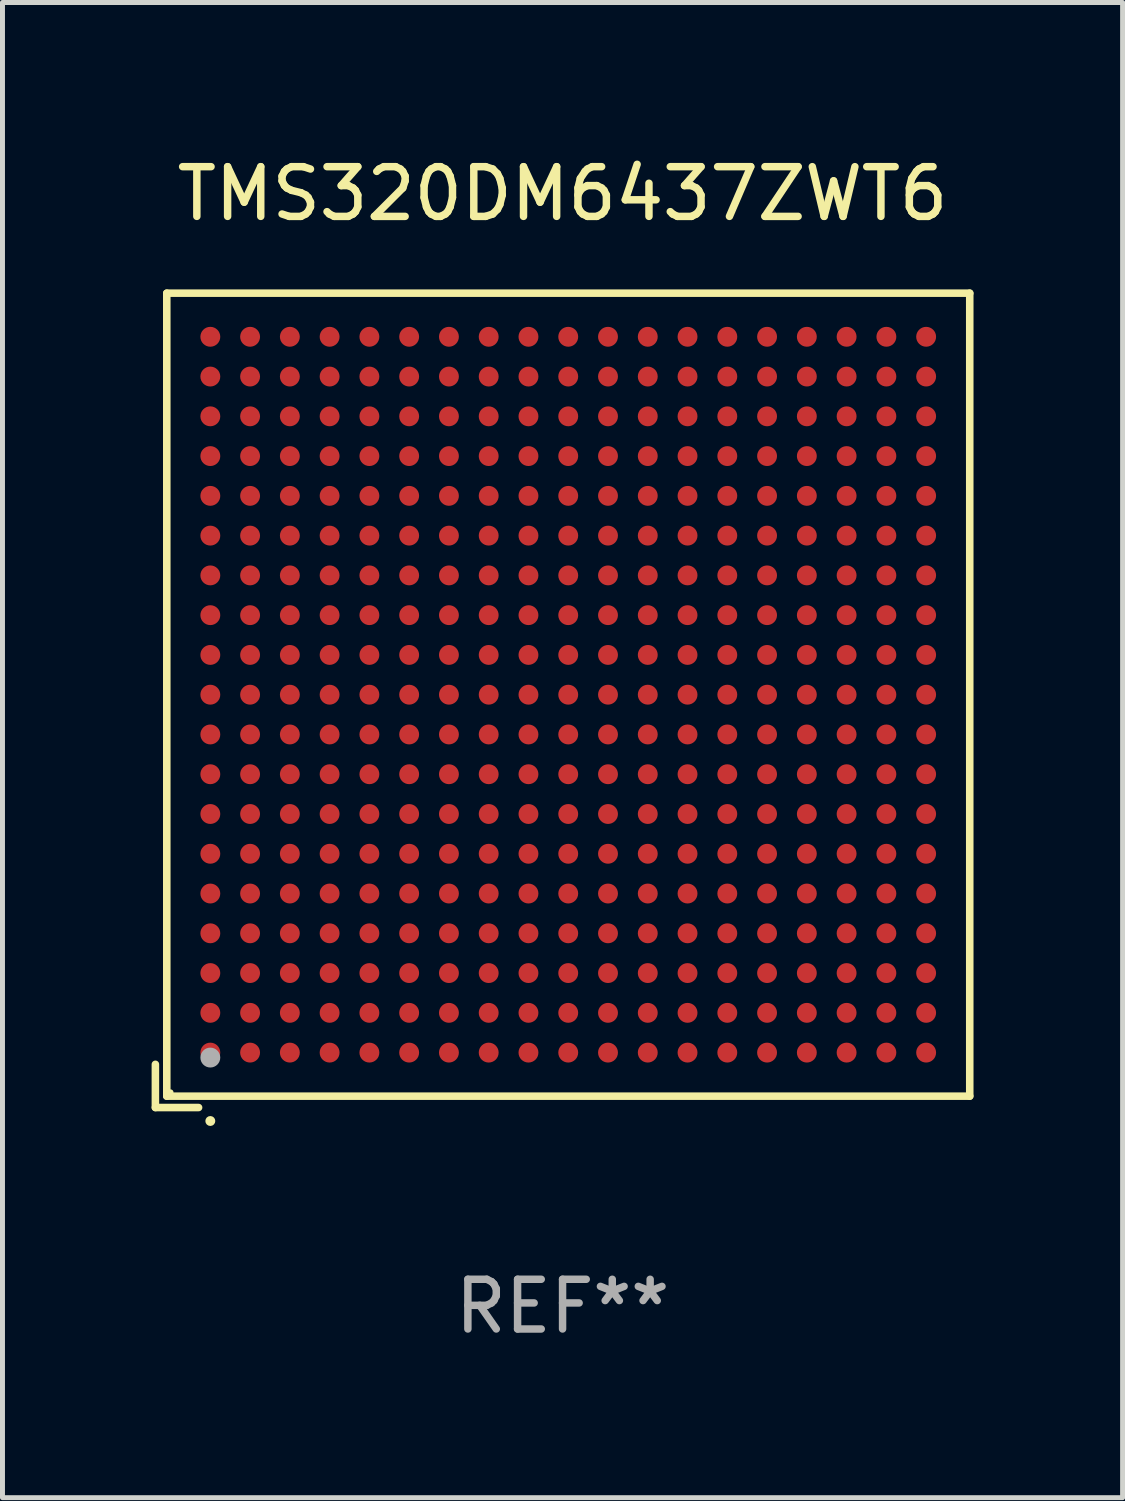
<source format=kicad_pcb>
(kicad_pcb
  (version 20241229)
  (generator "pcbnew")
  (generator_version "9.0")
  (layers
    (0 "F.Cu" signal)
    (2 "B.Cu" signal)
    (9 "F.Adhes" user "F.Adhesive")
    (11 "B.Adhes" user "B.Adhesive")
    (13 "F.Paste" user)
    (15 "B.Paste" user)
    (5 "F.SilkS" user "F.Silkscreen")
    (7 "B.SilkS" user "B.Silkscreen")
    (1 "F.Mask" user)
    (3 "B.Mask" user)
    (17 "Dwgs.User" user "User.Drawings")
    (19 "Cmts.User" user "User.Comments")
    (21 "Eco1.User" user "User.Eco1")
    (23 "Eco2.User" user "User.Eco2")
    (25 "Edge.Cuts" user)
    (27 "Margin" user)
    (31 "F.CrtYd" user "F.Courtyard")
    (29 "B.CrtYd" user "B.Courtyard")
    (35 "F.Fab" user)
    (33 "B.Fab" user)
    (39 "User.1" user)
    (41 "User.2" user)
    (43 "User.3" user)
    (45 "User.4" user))
  (footprint "TMS320DM6437ZWT6"
    (layer "F.Cu")
    (at 8.267 11.039)
    (property "Reference" "TMS320DM6437ZWT6" (at 0 -10.191 0) (layer "F.SilkS") (effects (font (size 1 1) (thickness 0.15))))
    (attr through_hole)
    (fp_line (start -8.191 7.322) (end -8.191 8.191) (stroke (width 0.152) (type solid)) (layer "F.SilkS"))
    (fp_line (start -8.191 8.191) (end -7.322 8.191) (stroke (width 0.152) (type solid)) (layer "F.SilkS"))
    (fp_line (start -7.962 -8.191) (end 8.191 -8.191) (stroke (width 0.152) (type solid)) (layer "F.SilkS"))
    (fp_line (start -7.962 7.962) (end -7.962 -8.191) (stroke (width 0.152) (type solid)) (layer "F.SilkS"))
    (fp_line (start 8.191 -8.191) (end 8.191 7.962) (stroke (width 0.152) (type solid)) (layer "F.SilkS"))
    (fp_line (start 8.191 7.962) (end -7.962 7.962) (stroke (width 0.152) (type solid)) (layer "F.SilkS"))
    (fp_circle (center -7.886 7.886) (end -7.856 7.886) (stroke (width 0.06) (type solid)) (fill no) (layer "F.SilkS"))
    (fp_circle (center -7.086 8.462) (end -7.036 8.462) (stroke (width 0.1) (type solid)) (fill no) (layer "F.SilkS"))
    (fp_circle (center -7.086 7.186) (end -6.986 7.186) (stroke (width 0.2) (type solid)) (fill no) (layer "F.Fab"))
    (fp_text user "REF**" (at 0 12.191 0) (layer "F.Fab") (effects (font (size 1 1) (thickness 0.15))))
    (pad "A1" smd circle (at -7.086 7.086) (size 0.4 0.4) (layers "F.Cu" "F.Mask" "F.Paste"))
    (pad "A2" smd circle (at -7.086 6.286) (size 0.4 0.4) (layers "F.Cu" "F.Mask" "F.Paste"))
    (pad "A3" smd circle (at -7.086 5.486) (size 0.4 0.4) (layers "F.Cu" "F.Mask" "F.Paste"))
    (pad "A4" smd circle (at -7.086 4.686) (size 0.4 0.4) (layers "F.Cu" "F.Mask" "F.Paste"))
    (pad "A5" smd circle (at -7.086 3.886) (size 0.4 0.4) (layers "F.Cu" "F.Mask" "F.Paste"))
    (pad "A6" smd circle (at -7.086 3.086) (size 0.4 0.4) (layers "F.Cu" "F.Mask" "F.Paste"))
    (pad "A7" smd circle (at -7.086 2.286) (size 0.4 0.4) (layers "F.Cu" "F.Mask" "F.Paste"))
    (pad "A8" smd circle (at -7.086 1.486) (size 0.4 0.4) (layers "F.Cu" "F.Mask" "F.Paste"))
    (pad "A9" smd circle (at -7.086 0.686) (size 0.4 0.4) (layers "F.Cu" "F.Mask" "F.Paste"))
    (pad "A10" smd circle (at -7.086 -0.114) (size 0.4 0.4) (layers "F.Cu" "F.Mask" "F.Paste"))
    (pad "A11" smd circle (at -7.086 -0.914) (size 0.4 0.4) (layers "F.Cu" "F.Mask" "F.Paste"))
    (pad "A12" smd circle (at -7.086 -1.714) (size 0.4 0.4) (layers "F.Cu" "F.Mask" "F.Paste"))
    (pad "A13" smd circle (at -7.086 -2.514) (size 0.4 0.4) (layers "F.Cu" "F.Mask" "F.Paste"))
    (pad "A14" smd circle (at -7.086 -3.314) (size 0.4 0.4) (layers "F.Cu" "F.Mask" "F.Paste"))
    (pad "A15" smd circle (at -7.086 -4.114) (size 0.4 0.4) (layers "F.Cu" "F.Mask" "F.Paste"))
    (pad "A16" smd circle (at -7.086 -4.914) (size 0.4 0.4) (layers "F.Cu" "F.Mask" "F.Paste"))
    (pad "A17" smd circle (at -7.086 -5.714) (size 0.4 0.4) (layers "F.Cu" "F.Mask" "F.Paste"))
    (pad "A18" smd circle (at -7.086 -6.514) (size 0.4 0.4) (layers "F.Cu" "F.Mask" "F.Paste"))
    (pad "A19" smd circle (at -7.086 -7.314) (size 0.4 0.4) (layers "F.Cu" "F.Mask" "F.Paste"))
    (pad "B1" smd circle (at -6.286 7.086) (size 0.4 0.4) (layers "F.Cu" "F.Mask" "F.Paste"))
    (pad "B2" smd circle (at -6.286 6.286) (size 0.4 0.4) (layers "F.Cu" "F.Mask" "F.Paste"))
    (pad "B3" smd circle (at -6.286 5.486) (size 0.4 0.4) (layers "F.Cu" "F.Mask" "F.Paste"))
    (pad "B4" smd circle (at -6.286 4.686) (size 0.4 0.4) (layers "F.Cu" "F.Mask" "F.Paste"))
    (pad "B5" smd circle (at -6.286 3.886) (size 0.4 0.4) (layers "F.Cu" "F.Mask" "F.Paste"))
    (pad "B6" smd circle (at -6.286 3.086) (size 0.4 0.4) (layers "F.Cu" "F.Mask" "F.Paste"))
    (pad "B7" smd circle (at -6.286 2.286) (size 0.4 0.4) (layers "F.Cu" "F.Mask" "F.Paste"))
    (pad "B8" smd circle (at -6.286 1.486) (size 0.4 0.4) (layers "F.Cu" "F.Mask" "F.Paste"))
    (pad "B9" smd circle (at -6.286 0.686) (size 0.4 0.4) (layers "F.Cu" "F.Mask" "F.Paste"))
    (pad "B10" smd circle (at -6.286 -0.114) (size 0.4 0.4) (layers "F.Cu" "F.Mask" "F.Paste"))
    (pad "B11" smd circle (at -6.286 -0.914) (size 0.4 0.4) (layers "F.Cu" "F.Mask" "F.Paste"))
    (pad "B12" smd circle (at -6.286 -1.714) (size 0.4 0.4) (layers "F.Cu" "F.Mask" "F.Paste"))
    (pad "B13" smd circle (at -6.286 -2.514) (size 0.4 0.4) (layers "F.Cu" "F.Mask" "F.Paste"))
    (pad "B14" smd circle (at -6.286 -3.314) (size 0.4 0.4) (layers "F.Cu" "F.Mask" "F.Paste"))
    (pad "B15" smd circle (at -6.286 -4.114) (size 0.4 0.4) (layers "F.Cu" "F.Mask" "F.Paste"))
    (pad "B16" smd circle (at -6.286 -4.914) (size 0.4 0.4) (layers "F.Cu" "F.Mask" "F.Paste"))
    (pad "B17" smd circle (at -6.286 -5.714) (size 0.4 0.4) (layers "F.Cu" "F.Mask" "F.Paste"))
    (pad "B18" smd circle (at -6.286 -6.514) (size 0.4 0.4) (layers "F.Cu" "F.Mask" "F.Paste"))
    (pad "B19" smd circle (at -6.286 -7.314) (size 0.4 0.4) (layers "F.Cu" "F.Mask" "F.Paste"))
    (pad "C1" smd circle (at -5.486 7.086) (size 0.4 0.4) (layers "F.Cu" "F.Mask" "F.Paste"))
    (pad "C2" smd circle (at -5.486 6.286) (size 0.4 0.4) (layers "F.Cu" "F.Mask" "F.Paste"))
    (pad "C3" smd circle (at -5.486 5.486) (size 0.4 0.4) (layers "F.Cu" "F.Mask" "F.Paste"))
    (pad "C4" smd circle (at -5.486 4.686) (size 0.4 0.4) (layers "F.Cu" "F.Mask" "F.Paste"))
    (pad "C5" smd circle (at -5.486 3.886) (size 0.4 0.4) (layers "F.Cu" "F.Mask" "F.Paste"))
    (pad "C6" smd circle (at -5.486 3.086) (size 0.4 0.4) (layers "F.Cu" "F.Mask" "F.Paste"))
    (pad "C7" smd circle (at -5.486 2.286) (size 0.4 0.4) (layers "F.Cu" "F.Mask" "F.Paste"))
    (pad "C8" smd circle (at -5.486 1.486) (size 0.4 0.4) (layers "F.Cu" "F.Mask" "F.Paste"))
    (pad "C9" smd circle (at -5.486 0.686) (size 0.4 0.4) (layers "F.Cu" "F.Mask" "F.Paste"))
    (pad "C10" smd circle (at -5.486 -0.114) (size 0.4 0.4) (layers "F.Cu" "F.Mask" "F.Paste"))
    (pad "C11" smd circle (at -5.486 -0.914) (size 0.4 0.4) (layers "F.Cu" "F.Mask" "F.Paste"))
    (pad "C12" smd circle (at -5.486 -1.714) (size 0.4 0.4) (layers "F.Cu" "F.Mask" "F.Paste"))
    (pad "C13" smd circle (at -5.486 -2.514) (size 0.4 0.4) (layers "F.Cu" "F.Mask" "F.Paste"))
    (pad "C14" smd circle (at -5.486 -3.314) (size 0.4 0.4) (layers "F.Cu" "F.Mask" "F.Paste"))
    (pad "C15" smd circle (at -5.486 -4.114) (size 0.4 0.4) (layers "F.Cu" "F.Mask" "F.Paste"))
    (pad "C16" smd circle (at -5.486 -4.914) (size 0.4 0.4) (layers "F.Cu" "F.Mask" "F.Paste"))
    (pad "C17" smd circle (at -5.486 -5.714) (size 0.4 0.4) (layers "F.Cu" "F.Mask" "F.Paste"))
    (pad "C18" smd circle (at -5.486 -6.514) (size 0.4 0.4) (layers "F.Cu" "F.Mask" "F.Paste"))
    (pad "C19" smd circle (at -5.486 -7.314) (size 0.4 0.4) (layers "F.Cu" "F.Mask" "F.Paste"))
    (pad "D1" smd circle (at -4.686 7.086) (size 0.4 0.4) (layers "F.Cu" "F.Mask" "F.Paste"))
    (pad "D2" smd circle (at -4.686 6.286) (size 0.4 0.4) (layers "F.Cu" "F.Mask" "F.Paste"))
    (pad "D3" smd circle (at -4.686 5.486) (size 0.4 0.4) (layers "F.Cu" "F.Mask" "F.Paste"))
    (pad "D4" smd circle (at -4.686 4.686) (size 0.4 0.4) (layers "F.Cu" "F.Mask" "F.Paste"))
    (pad "D5" smd circle (at -4.686 3.886) (size 0.4 0.4) (layers "F.Cu" "F.Mask" "F.Paste"))
    (pad "D6" smd circle (at -4.686 3.086) (size 0.4 0.4) (layers "F.Cu" "F.Mask" "F.Paste"))
    (pad "D7" smd circle (at -4.686 2.286) (size 0.4 0.4) (layers "F.Cu" "F.Mask" "F.Paste"))
    (pad "D8" smd circle (at -4.686 1.486) (size 0.4 0.4) (layers "F.Cu" "F.Mask" "F.Paste"))
    (pad "D9" smd circle (at -4.686 0.686) (size 0.4 0.4) (layers "F.Cu" "F.Mask" "F.Paste"))
    (pad "D10" smd circle (at -4.686 -0.114) (size 0.4 0.4) (layers "F.Cu" "F.Mask" "F.Paste"))
    (pad "D11" smd circle (at -4.686 -0.914) (size 0.4 0.4) (layers "F.Cu" "F.Mask" "F.Paste"))
    (pad "D12" smd circle (at -4.686 -1.714) (size 0.4 0.4) (layers "F.Cu" "F.Mask" "F.Paste"))
    (pad "D13" smd circle (at -4.686 -2.514) (size 0.4 0.4) (layers "F.Cu" "F.Mask" "F.Paste"))
    (pad "D14" smd circle (at -4.686 -3.314) (size 0.4 0.4) (layers "F.Cu" "F.Mask" "F.Paste"))
    (pad "D15" smd circle (at -4.686 -4.114) (size 0.4 0.4) (layers "F.Cu" "F.Mask" "F.Paste"))
    (pad "D16" smd circle (at -4.686 -4.914) (size 0.4 0.4) (layers "F.Cu" "F.Mask" "F.Paste"))
    (pad "D17" smd circle (at -4.686 -5.714) (size 0.4 0.4) (layers "F.Cu" "F.Mask" "F.Paste"))
    (pad "D18" smd circle (at -4.686 -6.514) (size 0.4 0.4) (layers "F.Cu" "F.Mask" "F.Paste"))
    (pad "D19" smd circle (at -4.686 -7.314) (size 0.4 0.4) (layers "F.Cu" "F.Mask" "F.Paste"))
    (pad "E1" smd circle (at -3.886 7.086) (size 0.4 0.4) (layers "F.Cu" "F.Mask" "F.Paste"))
    (pad "E2" smd circle (at -3.886 6.286) (size 0.4 0.4) (layers "F.Cu" "F.Mask" "F.Paste"))
    (pad "E3" smd circle (at -3.886 5.486) (size 0.4 0.4) (layers "F.Cu" "F.Mask" "F.Paste"))
    (pad "E4" smd circle (at -3.886 4.686) (size 0.4 0.4) (layers "F.Cu" "F.Mask" "F.Paste"))
    (pad "E5" smd circle (at -3.886 3.886) (size 0.4 0.4) (layers "F.Cu" "F.Mask" "F.Paste"))
    (pad "E6" smd circle (at -3.886 3.086) (size 0.4 0.4) (layers "F.Cu" "F.Mask" "F.Paste"))
    (pad "E7" smd circle (at -3.886 2.286) (size 0.4 0.4) (layers "F.Cu" "F.Mask" "F.Paste"))
    (pad "E8" smd circle (at -3.886 1.486) (size 0.4 0.4) (layers "F.Cu" "F.Mask" "F.Paste"))
    (pad "E9" smd circle (at -3.886 0.686) (size 0.4 0.4) (layers "F.Cu" "F.Mask" "F.Paste"))
    (pad "E10" smd circle (at -3.886 -0.114) (size 0.4 0.4) (layers "F.Cu" "F.Mask" "F.Paste"))
    (pad "E11" smd circle (at -3.886 -0.914) (size 0.4 0.4) (layers "F.Cu" "F.Mask" "F.Paste"))
    (pad "E12" smd circle (at -3.886 -1.714) (size 0.4 0.4) (layers "F.Cu" "F.Mask" "F.Paste"))
    (pad "E13" smd circle (at -3.886 -2.514) (size 0.4 0.4) (layers "F.Cu" "F.Mask" "F.Paste"))
    (pad "E14" smd circle (at -3.886 -3.314) (size 0.4 0.4) (layers "F.Cu" "F.Mask" "F.Paste"))
    (pad "E15" smd circle (at -3.886 -4.114) (size 0.4 0.4) (layers "F.Cu" "F.Mask" "F.Paste"))
    (pad "E16" smd circle (at -3.886 -4.914) (size 0.4 0.4) (layers "F.Cu" "F.Mask" "F.Paste"))
    (pad "E17" smd circle (at -3.886 -5.714) (size 0.4 0.4) (layers "F.Cu" "F.Mask" "F.Paste"))
    (pad "E18" smd circle (at -3.886 -6.514) (size 0.4 0.4) (layers "F.Cu" "F.Mask" "F.Paste"))
    (pad "E19" smd circle (at -3.886 -7.314) (size 0.4 0.4) (layers "F.Cu" "F.Mask" "F.Paste"))
    (pad "F1" smd circle (at -3.086 7.086) (size 0.4 0.4) (layers "F.Cu" "F.Mask" "F.Paste"))
    (pad "F2" smd circle (at -3.086 6.286) (size 0.4 0.4) (layers "F.Cu" "F.Mask" "F.Paste"))
    (pad "F3" smd circle (at -3.086 5.486) (size 0.4 0.4) (layers "F.Cu" "F.Mask" "F.Paste"))
    (pad "F4" smd circle (at -3.086 4.686) (size 0.4 0.4) (layers "F.Cu" "F.Mask" "F.Paste"))
    (pad "F5" smd circle (at -3.086 3.886) (size 0.4 0.4) (layers "F.Cu" "F.Mask" "F.Paste"))
    (pad "F6" smd circle (at -3.086 3.086) (size 0.4 0.4) (layers "F.Cu" "F.Mask" "F.Paste"))
    (pad "F7" smd circle (at -3.086 2.286) (size 0.4 0.4) (layers "F.Cu" "F.Mask" "F.Paste"))
    (pad "F8" smd circle (at -3.086 1.486) (size 0.4 0.4) (layers "F.Cu" "F.Mask" "F.Paste"))
    (pad "F9" smd circle (at -3.086 0.686) (size 0.4 0.4) (layers "F.Cu" "F.Mask" "F.Paste"))
    (pad "F10" smd circle (at -3.086 -0.114) (size 0.4 0.4) (layers "F.Cu" "F.Mask" "F.Paste"))
    (pad "F11" smd circle (at -3.086 -0.914) (size 0.4 0.4) (layers "F.Cu" "F.Mask" "F.Paste"))
    (pad "F12" smd circle (at -3.086 -1.714) (size 0.4 0.4) (layers "F.Cu" "F.Mask" "F.Paste"))
    (pad "F13" smd circle (at -3.086 -2.514) (size 0.4 0.4) (layers "F.Cu" "F.Mask" "F.Paste"))
    (pad "F14" smd circle (at -3.086 -3.314) (size 0.4 0.4) (layers "F.Cu" "F.Mask" "F.Paste"))
    (pad "F15" smd circle (at -3.086 -4.114) (size 0.4 0.4) (layers "F.Cu" "F.Mask" "F.Paste"))
    (pad "F16" smd circle (at -3.086 -4.914) (size 0.4 0.4) (layers "F.Cu" "F.Mask" "F.Paste"))
    (pad "F17" smd circle (at -3.086 -5.714) (size 0.4 0.4) (layers "F.Cu" "F.Mask" "F.Paste"))
    (pad "F18" smd circle (at -3.086 -6.514) (size 0.4 0.4) (layers "F.Cu" "F.Mask" "F.Paste"))
    (pad "F19" smd circle (at -3.086 -7.314) (size 0.4 0.4) (layers "F.Cu" "F.Mask" "F.Paste"))
    (pad "G1" smd circle (at -2.286 7.086) (size 0.4 0.4) (layers "F.Cu" "F.Mask" "F.Paste"))
    (pad "G2" smd circle (at -2.286 6.286) (size 0.4 0.4) (layers "F.Cu" "F.Mask" "F.Paste"))
    (pad "G3" smd circle (at -2.286 5.486) (size 0.4 0.4) (layers "F.Cu" "F.Mask" "F.Paste"))
    (pad "G4" smd circle (at -2.286 4.686) (size 0.4 0.4) (layers "F.Cu" "F.Mask" "F.Paste"))
    (pad "G5" smd circle (at -2.286 3.886) (size 0.4 0.4) (layers "F.Cu" "F.Mask" "F.Paste"))
    (pad "G6" smd circle (at -2.286 3.086) (size 0.4 0.4) (layers "F.Cu" "F.Mask" "F.Paste"))
    (pad "G7" smd circle (at -2.286 2.286) (size 0.4 0.4) (layers "F.Cu" "F.Mask" "F.Paste"))
    (pad "G8" smd circle (at -2.286 1.486) (size 0.4 0.4) (layers "F.Cu" "F.Mask" "F.Paste"))
    (pad "G9" smd circle (at -2.286 0.686) (size 0.4 0.4) (layers "F.Cu" "F.Mask" "F.Paste"))
    (pad "G10" smd circle (at -2.286 -0.114) (size 0.4 0.4) (layers "F.Cu" "F.Mask" "F.Paste"))
    (pad "G11" smd circle (at -2.286 -0.914) (size 0.4 0.4) (layers "F.Cu" "F.Mask" "F.Paste"))
    (pad "G12" smd circle (at -2.286 -1.714) (size 0.4 0.4) (layers "F.Cu" "F.Mask" "F.Paste"))
    (pad "G13" smd circle (at -2.286 -2.514) (size 0.4 0.4) (layers "F.Cu" "F.Mask" "F.Paste"))
    (pad "G14" smd circle (at -2.286 -3.314) (size 0.4 0.4) (layers "F.Cu" "F.Mask" "F.Paste"))
    (pad "G15" smd circle (at -2.286 -4.114) (size 0.4 0.4) (layers "F.Cu" "F.Mask" "F.Paste"))
    (pad "G16" smd circle (at -2.286 -4.914) (size 0.4 0.4) (layers "F.Cu" "F.Mask" "F.Paste"))
    (pad "G17" smd circle (at -2.286 -5.714) (size 0.4 0.4) (layers "F.Cu" "F.Mask" "F.Paste"))
    (pad "G18" smd circle (at -2.286 -6.514) (size 0.4 0.4) (layers "F.Cu" "F.Mask" "F.Paste"))
    (pad "G19" smd circle (at -2.286 -7.314) (size 0.4 0.4) (layers "F.Cu" "F.Mask" "F.Paste"))
    (pad "H1" smd circle (at -1.486 7.086) (size 0.4 0.4) (layers "F.Cu" "F.Mask" "F.Paste"))
    (pad "H2" smd circle (at -1.486 6.286) (size 0.4 0.4) (layers "F.Cu" "F.Mask" "F.Paste"))
    (pad "H3" smd circle (at -1.486 5.486) (size 0.4 0.4) (layers "F.Cu" "F.Mask" "F.Paste"))
    (pad "H4" smd circle (at -1.486 4.686) (size 0.4 0.4) (layers "F.Cu" "F.Mask" "F.Paste"))
    (pad "H5" smd circle (at -1.486 3.886) (size 0.4 0.4) (layers "F.Cu" "F.Mask" "F.Paste"))
    (pad "H6" smd circle (at -1.486 3.086) (size 0.4 0.4) (layers "F.Cu" "F.Mask" "F.Paste"))
    (pad "H7" smd circle (at -1.486 2.286) (size 0.4 0.4) (layers "F.Cu" "F.Mask" "F.Paste"))
    (pad "H8" smd circle (at -1.486 1.486) (size 0.4 0.4) (layers "F.Cu" "F.Mask" "F.Paste"))
    (pad "H9" smd circle (at -1.486 0.686) (size 0.4 0.4) (layers "F.Cu" "F.Mask" "F.Paste"))
    (pad "H10" smd circle (at -1.486 -0.114) (size 0.4 0.4) (layers "F.Cu" "F.Mask" "F.Paste"))
    (pad "H11" smd circle (at -1.486 -0.914) (size 0.4 0.4) (layers "F.Cu" "F.Mask" "F.Paste"))
    (pad "H12" smd circle (at -1.486 -1.714) (size 0.4 0.4) (layers "F.Cu" "F.Mask" "F.Paste"))
    (pad "H13" smd circle (at -1.486 -2.514) (size 0.4 0.4) (layers "F.Cu" "F.Mask" "F.Paste"))
    (pad "H14" smd circle (at -1.486 -3.314) (size 0.4 0.4) (layers "F.Cu" "F.Mask" "F.Paste"))
    (pad "H15" smd circle (at -1.486 -4.114) (size 0.4 0.4) (layers "F.Cu" "F.Mask" "F.Paste"))
    (pad "H16" smd circle (at -1.486 -4.914) (size 0.4 0.4) (layers "F.Cu" "F.Mask" "F.Paste"))
    (pad "H17" smd circle (at -1.486 -5.714) (size 0.4 0.4) (layers "F.Cu" "F.Mask" "F.Paste"))
    (pad "H18" smd circle (at -1.486 -6.514) (size 0.4 0.4) (layers "F.Cu" "F.Mask" "F.Paste"))
    (pad "H19" smd circle (at -1.486 -7.314) (size 0.4 0.4) (layers "F.Cu" "F.Mask" "F.Paste"))
    (pad "J1" smd circle (at -0.686 7.086) (size 0.4 0.4) (layers "F.Cu" "F.Mask" "F.Paste"))
    (pad "J2" smd circle (at -0.686 6.286) (size 0.4 0.4) (layers "F.Cu" "F.Mask" "F.Paste"))
    (pad "J3" smd circle (at -0.686 5.486) (size 0.4 0.4) (layers "F.Cu" "F.Mask" "F.Paste"))
    (pad "J4" smd circle (at -0.686 4.686) (size 0.4 0.4) (layers "F.Cu" "F.Mask" "F.Paste"))
    (pad "J5" smd circle (at -0.686 3.886) (size 0.4 0.4) (layers "F.Cu" "F.Mask" "F.Paste"))
    (pad "J6" smd circle (at -0.686 3.086) (size 0.4 0.4) (layers "F.Cu" "F.Mask" "F.Paste"))
    (pad "J7" smd circle (at -0.686 2.286) (size 0.4 0.4) (layers "F.Cu" "F.Mask" "F.Paste"))
    (pad "J8" smd circle (at -0.686 1.486) (size 0.4 0.4) (layers "F.Cu" "F.Mask" "F.Paste"))
    (pad "J9" smd circle (at -0.686 0.686) (size 0.4 0.4) (layers "F.Cu" "F.Mask" "F.Paste"))
    (pad "J10" smd circle (at -0.686 -0.114) (size 0.4 0.4) (layers "F.Cu" "F.Mask" "F.Paste"))
    (pad "J11" smd circle (at -0.686 -0.914) (size 0.4 0.4) (layers "F.Cu" "F.Mask" "F.Paste"))
    (pad "J12" smd circle (at -0.686 -1.714) (size 0.4 0.4) (layers "F.Cu" "F.Mask" "F.Paste"))
    (pad "J13" smd circle (at -0.686 -2.514) (size 0.4 0.4) (layers "F.Cu" "F.Mask" "F.Paste"))
    (pad "J14" smd circle (at -0.686 -3.314) (size 0.4 0.4) (layers "F.Cu" "F.Mask" "F.Paste"))
    (pad "J15" smd circle (at -0.686 -4.114) (size 0.4 0.4) (layers "F.Cu" "F.Mask" "F.Paste"))
    (pad "J16" smd circle (at -0.686 -4.914) (size 0.4 0.4) (layers "F.Cu" "F.Mask" "F.Paste"))
    (pad "J17" smd circle (at -0.686 -5.714) (size 0.4 0.4) (layers "F.Cu" "F.Mask" "F.Paste"))
    (pad "J18" smd circle (at -0.686 -6.514) (size 0.4 0.4) (layers "F.Cu" "F.Mask" "F.Paste"))
    (pad "J19" smd circle (at -0.686 -7.314) (size 0.4 0.4) (layers "F.Cu" "F.Mask" "F.Paste"))
    (pad "K1" smd circle (at 0.114 7.086) (size 0.4 0.4) (layers "F.Cu" "F.Mask" "F.Paste"))
    (pad "K2" smd circle (at 0.114 6.286) (size 0.4 0.4) (layers "F.Cu" "F.Mask" "F.Paste"))
    (pad "K3" smd circle (at 0.114 5.486) (size 0.4 0.4) (layers "F.Cu" "F.Mask" "F.Paste"))
    (pad "K4" smd circle (at 0.114 4.686) (size 0.4 0.4) (layers "F.Cu" "F.Mask" "F.Paste"))
    (pad "K5" smd circle (at 0.114 3.886) (size 0.4 0.4) (layers "F.Cu" "F.Mask" "F.Paste"))
    (pad "K6" smd circle (at 0.114 3.086) (size 0.4 0.4) (layers "F.Cu" "F.Mask" "F.Paste"))
    (pad "K7" smd circle (at 0.114 2.286) (size 0.4 0.4) (layers "F.Cu" "F.Mask" "F.Paste"))
    (pad "K8" smd circle (at 0.114 1.486) (size 0.4 0.4) (layers "F.Cu" "F.Mask" "F.Paste"))
    (pad "K9" smd circle (at 0.114 0.686) (size 0.4 0.4) (layers "F.Cu" "F.Mask" "F.Paste"))
    (pad "K10" smd circle (at 0.114 -0.114) (size 0.4 0.4) (layers "F.Cu" "F.Mask" "F.Paste"))
    (pad "K11" smd circle (at 0.114 -0.914) (size 0.4 0.4) (layers "F.Cu" "F.Mask" "F.Paste"))
    (pad "K12" smd circle (at 0.114 -1.714) (size 0.4 0.4) (layers "F.Cu" "F.Mask" "F.Paste"))
    (pad "K13" smd circle (at 0.114 -2.514) (size 0.4 0.4) (layers "F.Cu" "F.Mask" "F.Paste"))
    (pad "K14" smd circle (at 0.114 -3.314) (size 0.4 0.4) (layers "F.Cu" "F.Mask" "F.Paste"))
    (pad "K15" smd circle (at 0.114 -4.114) (size 0.4 0.4) (layers "F.Cu" "F.Mask" "F.Paste"))
    (pad "K16" smd circle (at 0.114 -4.914) (size 0.4 0.4) (layers "F.Cu" "F.Mask" "F.Paste"))
    (pad "K17" smd circle (at 0.114 -5.714) (size 0.4 0.4) (layers "F.Cu" "F.Mask" "F.Paste"))
    (pad "K18" smd circle (at 0.114 -6.514) (size 0.4 0.4) (layers "F.Cu" "F.Mask" "F.Paste"))
    (pad "K19" smd circle (at 0.114 -7.314) (size 0.4 0.4) (layers "F.Cu" "F.Mask" "F.Paste"))
    (pad "L1" smd circle (at 0.914 7.086) (size 0.4 0.4) (layers "F.Cu" "F.Mask" "F.Paste"))
    (pad "L2" smd circle (at 0.914 6.286) (size 0.4 0.4) (layers "F.Cu" "F.Mask" "F.Paste"))
    (pad "L3" smd circle (at 0.914 5.486) (size 0.4 0.4) (layers "F.Cu" "F.Mask" "F.Paste"))
    (pad "L4" smd circle (at 0.914 4.686) (size 0.4 0.4) (layers "F.Cu" "F.Mask" "F.Paste"))
    (pad "L5" smd circle (at 0.914 3.886) (size 0.4 0.4) (layers "F.Cu" "F.Mask" "F.Paste"))
    (pad "L6" smd circle (at 0.914 3.086) (size 0.4 0.4) (layers "F.Cu" "F.Mask" "F.Paste"))
    (pad "L7" smd circle (at 0.914 2.286) (size 0.4 0.4) (layers "F.Cu" "F.Mask" "F.Paste"))
    (pad "L8" smd circle (at 0.914 1.486) (size 0.4 0.4) (layers "F.Cu" "F.Mask" "F.Paste"))
    (pad "L9" smd circle (at 0.914 0.686) (size 0.4 0.4) (layers "F.Cu" "F.Mask" "F.Paste"))
    (pad "L10" smd circle (at 0.914 -0.114) (size 0.4 0.4) (layers "F.Cu" "F.Mask" "F.Paste"))
    (pad "L11" smd circle (at 0.914 -0.914) (size 0.4 0.4) (layers "F.Cu" "F.Mask" "F.Paste"))
    (pad "L12" smd circle (at 0.914 -1.714) (size 0.4 0.4) (layers "F.Cu" "F.Mask" "F.Paste"))
    (pad "L13" smd circle (at 0.914 -2.514) (size 0.4 0.4) (layers "F.Cu" "F.Mask" "F.Paste"))
    (pad "L14" smd circle (at 0.914 -3.314) (size 0.4 0.4) (layers "F.Cu" "F.Mask" "F.Paste"))
    (pad "L15" smd circle (at 0.914 -4.114) (size 0.4 0.4) (layers "F.Cu" "F.Mask" "F.Paste"))
    (pad "L16" smd circle (at 0.914 -4.914) (size 0.4 0.4) (layers "F.Cu" "F.Mask" "F.Paste"))
    (pad "L17" smd circle (at 0.914 -5.714) (size 0.4 0.4) (layers "F.Cu" "F.Mask" "F.Paste"))
    (pad "L18" smd circle (at 0.914 -6.514) (size 0.4 0.4) (layers "F.Cu" "F.Mask" "F.Paste"))
    (pad "L19" smd circle (at 0.914 -7.314) (size 0.4 0.4) (layers "F.Cu" "F.Mask" "F.Paste"))
    (pad "M1" smd circle (at 1.714 7.086) (size 0.4 0.4) (layers "F.Cu" "F.Mask" "F.Paste"))
    (pad "M2" smd circle (at 1.714 6.286) (size 0.4 0.4) (layers "F.Cu" "F.Mask" "F.Paste"))
    (pad "M3" smd circle (at 1.714 5.486) (size 0.4 0.4) (layers "F.Cu" "F.Mask" "F.Paste"))
    (pad "M4" smd circle (at 1.714 4.686) (size 0.4 0.4) (layers "F.Cu" "F.Mask" "F.Paste"))
    (pad "M5" smd circle (at 1.714 3.886) (size 0.4 0.4) (layers "F.Cu" "F.Mask" "F.Paste"))
    (pad "M6" smd circle (at 1.714 3.086) (size 0.4 0.4) (layers "F.Cu" "F.Mask" "F.Paste"))
    (pad "M7" smd circle (at 1.714 2.286) (size 0.4 0.4) (layers "F.Cu" "F.Mask" "F.Paste"))
    (pad "M8" smd circle (at 1.714 1.486) (size 0.4 0.4) (layers "F.Cu" "F.Mask" "F.Paste"))
    (pad "M9" smd circle (at 1.714 0.686) (size 0.4 0.4) (layers "F.Cu" "F.Mask" "F.Paste"))
    (pad "M10" smd circle (at 1.714 -0.114) (size 0.4 0.4) (layers "F.Cu" "F.Mask" "F.Paste"))
    (pad "M11" smd circle (at 1.714 -0.914) (size 0.4 0.4) (layers "F.Cu" "F.Mask" "F.Paste"))
    (pad "M12" smd circle (at 1.714 -1.714) (size 0.4 0.4) (layers "F.Cu" "F.Mask" "F.Paste"))
    (pad "M13" smd circle (at 1.714 -2.514) (size 0.4 0.4) (layers "F.Cu" "F.Mask" "F.Paste"))
    (pad "M14" smd circle (at 1.714 -3.314) (size 0.4 0.4) (layers "F.Cu" "F.Mask" "F.Paste"))
    (pad "M15" smd circle (at 1.714 -4.114) (size 0.4 0.4) (layers "F.Cu" "F.Mask" "F.Paste"))
    (pad "M16" smd circle (at 1.714 -4.914) (size 0.4 0.4) (layers "F.Cu" "F.Mask" "F.Paste"))
    (pad "M17" smd circle (at 1.714 -5.714) (size 0.4 0.4) (layers "F.Cu" "F.Mask" "F.Paste"))
    (pad "M18" smd circle (at 1.714 -6.514) (size 0.4 0.4) (layers "F.Cu" "F.Mask" "F.Paste"))
    (pad "M19" smd circle (at 1.714 -7.314) (size 0.4 0.4) (layers "F.Cu" "F.Mask" "F.Paste"))
    (pad "N1" smd circle (at 2.514 7.086) (size 0.4 0.4) (layers "F.Cu" "F.Mask" "F.Paste"))
    (pad "N2" smd circle (at 2.514 6.286) (size 0.4 0.4) (layers "F.Cu" "F.Mask" "F.Paste"))
    (pad "N3" smd circle (at 2.514 5.486) (size 0.4 0.4) (layers "F.Cu" "F.Mask" "F.Paste"))
    (pad "N4" smd circle (at 2.514 4.686) (size 0.4 0.4) (layers "F.Cu" "F.Mask" "F.Paste"))
    (pad "N5" smd circle (at 2.514 3.886) (size 0.4 0.4) (layers "F.Cu" "F.Mask" "F.Paste"))
    (pad "N6" smd circle (at 2.514 3.086) (size 0.4 0.4) (layers "F.Cu" "F.Mask" "F.Paste"))
    (pad "N7" smd circle (at 2.514 2.286) (size 0.4 0.4) (layers "F.Cu" "F.Mask" "F.Paste"))
    (pad "N8" smd circle (at 2.514 1.486) (size 0.4 0.4) (layers "F.Cu" "F.Mask" "F.Paste"))
    (pad "N9" smd circle (at 2.514 0.686) (size 0.4 0.4) (layers "F.Cu" "F.Mask" "F.Paste"))
    (pad "N10" smd circle (at 2.514 -0.114) (size 0.4 0.4) (layers "F.Cu" "F.Mask" "F.Paste"))
    (pad "N11" smd circle (at 2.514 -0.914) (size 0.4 0.4) (layers "F.Cu" "F.Mask" "F.Paste"))
    (pad "N12" smd circle (at 2.514 -1.714) (size 0.4 0.4) (layers "F.Cu" "F.Mask" "F.Paste"))
    (pad "N13" smd circle (at 2.514 -2.514) (size 0.4 0.4) (layers "F.Cu" "F.Mask" "F.Paste"))
    (pad "N14" smd circle (at 2.514 -3.314) (size 0.4 0.4) (layers "F.Cu" "F.Mask" "F.Paste"))
    (pad "N15" smd circle (at 2.514 -4.114) (size 0.4 0.4) (layers "F.Cu" "F.Mask" "F.Paste"))
    (pad "N16" smd circle (at 2.514 -4.914) (size 0.4 0.4) (layers "F.Cu" "F.Mask" "F.Paste"))
    (pad "N17" smd circle (at 2.514 -5.714) (size 0.4 0.4) (layers "F.Cu" "F.Mask" "F.Paste"))
    (pad "N18" smd circle (at 2.514 -6.514) (size 0.4 0.4) (layers "F.Cu" "F.Mask" "F.Paste"))
    (pad "N19" smd circle (at 2.514 -7.314) (size 0.4 0.4) (layers "F.Cu" "F.Mask" "F.Paste"))
    (pad "P1" smd circle (at 3.314 7.086) (size 0.4 0.4) (layers "F.Cu" "F.Mask" "F.Paste"))
    (pad "P2" smd circle (at 3.314 6.286) (size 0.4 0.4) (layers "F.Cu" "F.Mask" "F.Paste"))
    (pad "P3" smd circle (at 3.314 5.486) (size 0.4 0.4) (layers "F.Cu" "F.Mask" "F.Paste"))
    (pad "P4" smd circle (at 3.314 4.686) (size 0.4 0.4) (layers "F.Cu" "F.Mask" "F.Paste"))
    (pad "P5" smd circle (at 3.314 3.886) (size 0.4 0.4) (layers "F.Cu" "F.Mask" "F.Paste"))
    (pad "P6" smd circle (at 3.314 3.086) (size 0.4 0.4) (layers "F.Cu" "F.Mask" "F.Paste"))
    (pad "P7" smd circle (at 3.314 2.286) (size 0.4 0.4) (layers "F.Cu" "F.Mask" "F.Paste"))
    (pad "P8" smd circle (at 3.314 1.486) (size 0.4 0.4) (layers "F.Cu" "F.Mask" "F.Paste"))
    (pad "P9" smd circle (at 3.314 0.686) (size 0.4 0.4) (layers "F.Cu" "F.Mask" "F.Paste"))
    (pad "P10" smd circle (at 3.314 -0.114) (size 0.4 0.4) (layers "F.Cu" "F.Mask" "F.Paste"))
    (pad "P11" smd circle (at 3.314 -0.914) (size 0.4 0.4) (layers "F.Cu" "F.Mask" "F.Paste"))
    (pad "P12" smd circle (at 3.314 -1.714) (size 0.4 0.4) (layers "F.Cu" "F.Mask" "F.Paste"))
    (pad "P13" smd circle (at 3.314 -2.514) (size 0.4 0.4) (layers "F.Cu" "F.Mask" "F.Paste"))
    (pad "P14" smd circle (at 3.314 -3.314) (size 0.4 0.4) (layers "F.Cu" "F.Mask" "F.Paste"))
    (pad "P15" smd circle (at 3.314 -4.114) (size 0.4 0.4) (layers "F.Cu" "F.Mask" "F.Paste"))
    (pad "P16" smd circle (at 3.314 -4.914) (size 0.4 0.4) (layers "F.Cu" "F.Mask" "F.Paste"))
    (pad "P17" smd circle (at 3.314 -5.714) (size 0.4 0.4) (layers "F.Cu" "F.Mask" "F.Paste"))
    (pad "P18" smd circle (at 3.314 -6.514) (size 0.4 0.4) (layers "F.Cu" "F.Mask" "F.Paste"))
    (pad "P19" smd circle (at 3.314 -7.314) (size 0.4 0.4) (layers "F.Cu" "F.Mask" "F.Paste"))
    (pad "R1" smd circle (at 4.114 7.086) (size 0.4 0.4) (layers "F.Cu" "F.Mask" "F.Paste"))
    (pad "R2" smd circle (at 4.114 6.286) (size 0.4 0.4) (layers "F.Cu" "F.Mask" "F.Paste"))
    (pad "R3" smd circle (at 4.114 5.486) (size 0.4 0.4) (layers "F.Cu" "F.Mask" "F.Paste"))
    (pad "R4" smd circle (at 4.114 4.686) (size 0.4 0.4) (layers "F.Cu" "F.Mask" "F.Paste"))
    (pad "R5" smd circle (at 4.114 3.886) (size 0.4 0.4) (layers "F.Cu" "F.Mask" "F.Paste"))
    (pad "R6" smd circle (at 4.114 3.086) (size 0.4 0.4) (layers "F.Cu" "F.Mask" "F.Paste"))
    (pad "R7" smd circle (at 4.114 2.286) (size 0.4 0.4) (layers "F.Cu" "F.Mask" "F.Paste"))
    (pad "R8" smd circle (at 4.114 1.486) (size 0.4 0.4) (layers "F.Cu" "F.Mask" "F.Paste"))
    (pad "R9" smd circle (at 4.114 0.686) (size 0.4 0.4) (layers "F.Cu" "F.Mask" "F.Paste"))
    (pad "R10" smd circle (at 4.114 -0.114) (size 0.4 0.4) (layers "F.Cu" "F.Mask" "F.Paste"))
    (pad "R11" smd circle (at 4.114 -0.914) (size 0.4 0.4) (layers "F.Cu" "F.Mask" "F.Paste"))
    (pad "R12" smd circle (at 4.114 -1.714) (size 0.4 0.4) (layers "F.Cu" "F.Mask" "F.Paste"))
    (pad "R13" smd circle (at 4.114 -2.514) (size 0.4 0.4) (layers "F.Cu" "F.Mask" "F.Paste"))
    (pad "R14" smd circle (at 4.114 -3.314) (size 0.4 0.4) (layers "F.Cu" "F.Mask" "F.Paste"))
    (pad "R15" smd circle (at 4.114 -4.114) (size 0.4 0.4) (layers "F.Cu" "F.Mask" "F.Paste"))
    (pad "R16" smd circle (at 4.114 -4.914) (size 0.4 0.4) (layers "F.Cu" "F.Mask" "F.Paste"))
    (pad "R17" smd circle (at 4.114 -5.714) (size 0.4 0.4) (layers "F.Cu" "F.Mask" "F.Paste"))
    (pad "R18" smd circle (at 4.114 -6.514) (size 0.4 0.4) (layers "F.Cu" "F.Mask" "F.Paste"))
    (pad "R19" smd circle (at 4.114 -7.314) (size 0.4 0.4) (layers "F.Cu" "F.Mask" "F.Paste"))
    (pad "T1" smd circle (at 4.914 7.086) (size 0.4 0.4) (layers "F.Cu" "F.Mask" "F.Paste"))
    (pad "T2" smd circle (at 4.914 6.286) (size 0.4 0.4) (layers "F.Cu" "F.Mask" "F.Paste"))
    (pad "T3" smd circle (at 4.914 5.486) (size 0.4 0.4) (layers "F.Cu" "F.Mask" "F.Paste"))
    (pad "T4" smd circle (at 4.914 4.686) (size 0.4 0.4) (layers "F.Cu" "F.Mask" "F.Paste"))
    (pad "T5" smd circle (at 4.914 3.886) (size 0.4 0.4) (layers "F.Cu" "F.Mask" "F.Paste"))
    (pad "T6" smd circle (at 4.914 3.086) (size 0.4 0.4) (layers "F.Cu" "F.Mask" "F.Paste"))
    (pad "T7" smd circle (at 4.914 2.286) (size 0.4 0.4) (layers "F.Cu" "F.Mask" "F.Paste"))
    (pad "T8" smd circle (at 4.914 1.486) (size 0.4 0.4) (layers "F.Cu" "F.Mask" "F.Paste"))
    (pad "T9" smd circle (at 4.914 0.686) (size 0.4 0.4) (layers "F.Cu" "F.Mask" "F.Paste"))
    (pad "T10" smd circle (at 4.914 -0.114) (size 0.4 0.4) (layers "F.Cu" "F.Mask" "F.Paste"))
    (pad "T11" smd circle (at 4.914 -0.914) (size 0.4 0.4) (layers "F.Cu" "F.Mask" "F.Paste"))
    (pad "T12" smd circle (at 4.914 -1.714) (size 0.4 0.4) (layers "F.Cu" "F.Mask" "F.Paste"))
    (pad "T13" smd circle (at 4.914 -2.514) (size 0.4 0.4) (layers "F.Cu" "F.Mask" "F.Paste"))
    (pad "T14" smd circle (at 4.914 -3.314) (size 0.4 0.4) (layers "F.Cu" "F.Mask" "F.Paste"))
    (pad "T15" smd circle (at 4.914 -4.114) (size 0.4 0.4) (layers "F.Cu" "F.Mask" "F.Paste"))
    (pad "T16" smd circle (at 4.914 -4.914) (size 0.4 0.4) (layers "F.Cu" "F.Mask" "F.Paste"))
    (pad "T17" smd circle (at 4.914 -5.714) (size 0.4 0.4) (layers "F.Cu" "F.Mask" "F.Paste"))
    (pad "T18" smd circle (at 4.914 -6.514) (size 0.4 0.4) (layers "F.Cu" "F.Mask" "F.Paste"))
    (pad "T19" smd circle (at 4.914 -7.314) (size 0.4 0.4) (layers "F.Cu" "F.Mask" "F.Paste"))
    (pad "U1" smd circle (at 5.714 7.086) (size 0.4 0.4) (layers "F.Cu" "F.Mask" "F.Paste"))
    (pad "U2" smd circle (at 5.714 6.286) (size 0.4 0.4) (layers "F.Cu" "F.Mask" "F.Paste"))
    (pad "U3" smd circle (at 5.714 5.486) (size 0.4 0.4) (layers "F.Cu" "F.Mask" "F.Paste"))
    (pad "U4" smd circle (at 5.714 4.686) (size 0.4 0.4) (layers "F.Cu" "F.Mask" "F.Paste"))
    (pad "U5" smd circle (at 5.714 3.886) (size 0.4 0.4) (layers "F.Cu" "F.Mask" "F.Paste"))
    (pad "U6" smd circle (at 5.714 3.086) (size 0.4 0.4) (layers "F.Cu" "F.Mask" "F.Paste"))
    (pad "U7" smd circle (at 5.714 2.286) (size 0.4 0.4) (layers "F.Cu" "F.Mask" "F.Paste"))
    (pad "U8" smd circle (at 5.714 1.486) (size 0.4 0.4) (layers "F.Cu" "F.Mask" "F.Paste"))
    (pad "U9" smd circle (at 5.714 0.686) (size 0.4 0.4) (layers "F.Cu" "F.Mask" "F.Paste"))
    (pad "U10" smd circle (at 5.714 -0.114) (size 0.4 0.4) (layers "F.Cu" "F.Mask" "F.Paste"))
    (pad "U11" smd circle (at 5.714 -0.914) (size 0.4 0.4) (layers "F.Cu" "F.Mask" "F.Paste"))
    (pad "U12" smd circle (at 5.714 -1.714) (size 0.4 0.4) (layers "F.Cu" "F.Mask" "F.Paste"))
    (pad "U13" smd circle (at 5.714 -2.514) (size 0.4 0.4) (layers "F.Cu" "F.Mask" "F.Paste"))
    (pad "U14" smd circle (at 5.714 -3.314) (size 0.4 0.4) (layers "F.Cu" "F.Mask" "F.Paste"))
    (pad "U15" smd circle (at 5.714 -4.114) (size 0.4 0.4) (layers "F.Cu" "F.Mask" "F.Paste"))
    (pad "U16" smd circle (at 5.714 -4.914) (size 0.4 0.4) (layers "F.Cu" "F.Mask" "F.Paste"))
    (pad "U17" smd circle (at 5.714 -5.714) (size 0.4 0.4) (layers "F.Cu" "F.Mask" "F.Paste"))
    (pad "U18" smd circle (at 5.714 -6.514) (size 0.4 0.4) (layers "F.Cu" "F.Mask" "F.Paste"))
    (pad "U19" smd circle (at 5.714 -7.314) (size 0.4 0.4) (layers "F.Cu" "F.Mask" "F.Paste"))
    (pad "V1" smd circle (at 6.514 7.086) (size 0.4 0.4) (layers "F.Cu" "F.Mask" "F.Paste"))
    (pad "V2" smd circle (at 6.514 6.286) (size 0.4 0.4) (layers "F.Cu" "F.Mask" "F.Paste"))
    (pad "V3" smd circle (at 6.514 5.486) (size 0.4 0.4) (layers "F.Cu" "F.Mask" "F.Paste"))
    (pad "V4" smd circle (at 6.514 4.686) (size 0.4 0.4) (layers "F.Cu" "F.Mask" "F.Paste"))
    (pad "V5" smd circle (at 6.514 3.886) (size 0.4 0.4) (layers "F.Cu" "F.Mask" "F.Paste"))
    (pad "V6" smd circle (at 6.514 3.086) (size 0.4 0.4) (layers "F.Cu" "F.Mask" "F.Paste"))
    (pad "V7" smd circle (at 6.514 2.286) (size 0.4 0.4) (layers "F.Cu" "F.Mask" "F.Paste"))
    (pad "V8" smd circle (at 6.514 1.486) (size 0.4 0.4) (layers "F.Cu" "F.Mask" "F.Paste"))
    (pad "V9" smd circle (at 6.514 0.686) (size 0.4 0.4) (layers "F.Cu" "F.Mask" "F.Paste"))
    (pad "V10" smd circle (at 6.514 -0.114) (size 0.4 0.4) (layers "F.Cu" "F.Mask" "F.Paste"))
    (pad "V11" smd circle (at 6.514 -0.914) (size 0.4 0.4) (layers "F.Cu" "F.Mask" "F.Paste"))
    (pad "V12" smd circle (at 6.514 -1.714) (size 0.4 0.4) (layers "F.Cu" "F.Mask" "F.Paste"))
    (pad "V13" smd circle (at 6.514 -2.514) (size 0.4 0.4) (layers "F.Cu" "F.Mask" "F.Paste"))
    (pad "V14" smd circle (at 6.514 -3.314) (size 0.4 0.4) (layers "F.Cu" "F.Mask" "F.Paste"))
    (pad "V15" smd circle (at 6.514 -4.114) (size 0.4 0.4) (layers "F.Cu" "F.Mask" "F.Paste"))
    (pad "V16" smd circle (at 6.514 -4.914) (size 0.4 0.4) (layers "F.Cu" "F.Mask" "F.Paste"))
    (pad "V17" smd circle (at 6.514 -5.714) (size 0.4 0.4) (layers "F.Cu" "F.Mask" "F.Paste"))
    (pad "V18" smd circle (at 6.514 -6.514) (size 0.4 0.4) (layers "F.Cu" "F.Mask" "F.Paste"))
    (pad "V19" smd circle (at 6.514 -7.314) (size 0.4 0.4) (layers "F.Cu" "F.Mask" "F.Paste"))
    (pad "W1" smd circle (at 7.314 7.086) (size 0.4 0.4) (layers "F.Cu" "F.Mask" "F.Paste"))
    (pad "W2" smd circle (at 7.314 6.286) (size 0.4 0.4) (layers "F.Cu" "F.Mask" "F.Paste"))
    (pad "W3" smd circle (at 7.314 5.486) (size 0.4 0.4) (layers "F.Cu" "F.Mask" "F.Paste"))
    (pad "W4" smd circle (at 7.314 4.686) (size 0.4 0.4) (layers "F.Cu" "F.Mask" "F.Paste"))
    (pad "W5" smd circle (at 7.314 3.886) (size 0.4 0.4) (layers "F.Cu" "F.Mask" "F.Paste"))
    (pad "W6" smd circle (at 7.314 3.086) (size 0.4 0.4) (layers "F.Cu" "F.Mask" "F.Paste"))
    (pad "W7" smd circle (at 7.314 2.286) (size 0.4 0.4) (layers "F.Cu" "F.Mask" "F.Paste"))
    (pad "W8" smd circle (at 7.314 1.486) (size 0.4 0.4) (layers "F.Cu" "F.Mask" "F.Paste"))
    (pad "W9" smd circle (at 7.314 0.686) (size 0.4 0.4) (layers "F.Cu" "F.Mask" "F.Paste"))
    (pad "W10" smd circle (at 7.314 -0.114) (size 0.4 0.4) (layers "F.Cu" "F.Mask" "F.Paste"))
    (pad "W11" smd circle (at 7.314 -0.914) (size 0.4 0.4) (layers "F.Cu" "F.Mask" "F.Paste"))
    (pad "W12" smd circle (at 7.314 -1.714) (size 0.4 0.4) (layers "F.Cu" "F.Mask" "F.Paste"))
    (pad "W13" smd circle (at 7.314 -2.514) (size 0.4 0.4) (layers "F.Cu" "F.Mask" "F.Paste"))
    (pad "W14" smd circle (at 7.314 -3.314) (size 0.4 0.4) (layers "F.Cu" "F.Mask" "F.Paste"))
    (pad "W15" smd circle (at 7.314 -4.114) (size 0.4 0.4) (layers "F.Cu" "F.Mask" "F.Paste"))
    (pad "W16" smd circle (at 7.314 -4.914) (size 0.4 0.4) (layers "F.Cu" "F.Mask" "F.Paste"))
    (pad "W17" smd circle (at 7.314 -5.714) (size 0.4 0.4) (layers "F.Cu" "F.Mask" "F.Paste"))
    (pad "W18" smd circle (at 7.314 -6.514) (size 0.4 0.4) (layers "F.Cu" "F.Mask" "F.Paste"))
    (pad "W19" smd circle (at 7.314 -7.314) (size 0.4 0.4) (layers "F.Cu" "F.Mask" "F.Paste")))
  (gr_rect
    (start -3 -3)
    (end 19.533 27.078)
    (stroke (width 0.1) (type default))
    (fill no)
    (layer "Edge.Cuts")))
</source>
